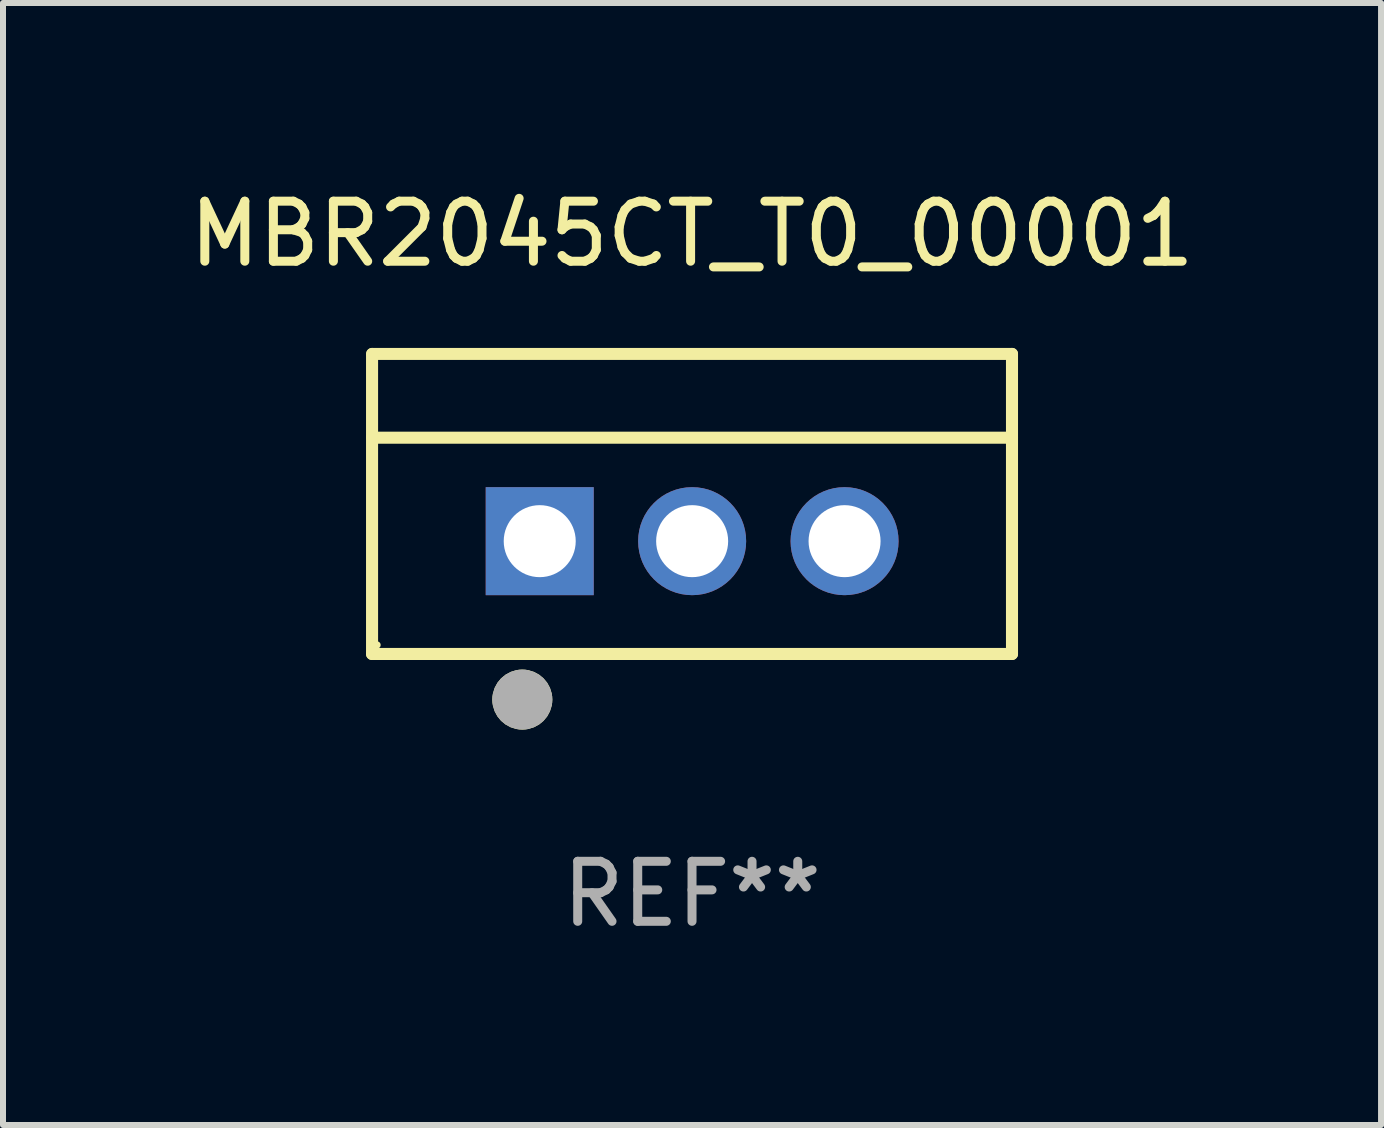
<source format=kicad_pcb>
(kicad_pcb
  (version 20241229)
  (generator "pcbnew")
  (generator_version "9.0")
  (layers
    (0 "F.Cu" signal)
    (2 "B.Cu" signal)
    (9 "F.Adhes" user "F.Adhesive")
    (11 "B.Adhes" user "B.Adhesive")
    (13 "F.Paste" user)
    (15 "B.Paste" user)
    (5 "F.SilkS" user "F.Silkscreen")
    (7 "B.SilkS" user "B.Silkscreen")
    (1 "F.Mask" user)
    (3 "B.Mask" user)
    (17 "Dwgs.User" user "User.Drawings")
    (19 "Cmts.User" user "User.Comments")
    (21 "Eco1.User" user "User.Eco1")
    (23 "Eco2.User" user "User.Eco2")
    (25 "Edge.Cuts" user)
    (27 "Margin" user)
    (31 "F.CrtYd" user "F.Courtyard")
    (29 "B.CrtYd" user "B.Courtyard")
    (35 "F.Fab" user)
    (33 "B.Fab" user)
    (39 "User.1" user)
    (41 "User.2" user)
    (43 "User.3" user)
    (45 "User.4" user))
  (footprint "MBR2045CT_T0_00001"
    (layer "F.Cu")
    (at 8.482 5.348)
    (property "Reference" "MBR2045CT_T0_00001" (at 0 -4.5 0) (layer "F.SilkS") (effects (font (size 1 1) (thickness 0.15))))
    (attr through_hole)
    (fp_line (start -5.332 2.5) (end -5.332 -2.5) (stroke (width 0.201) (type solid)) (layer "F.SilkS"))
    (fp_line (start -5.328 -2.5) (end 5.332 -2.5) (stroke (width 0.201) (type solid)) (layer "F.SilkS"))
    (fp_line (start -5.328 -1.104) (end 5.332 -1.104) (stroke (width 0.201) (type solid)) (layer "F.SilkS"))
    (fp_line (start 5.332 -2.5) (end 5.332 2.5) (stroke (width 0.201) (type solid)) (layer "F.SilkS"))
    (fp_line (start 5.332 2.5) (end -5.332 2.5) (stroke (width 0.201) (type solid)) (layer "F.SilkS"))
    (fp_circle (center -5.248 2.35) (end -5.218 2.35) (stroke (width 0.06) (type solid)) (fill no) (layer "F.SilkS"))
    (fp_circle (center -2.828 3.26) (end -2.578 3.26) (stroke (width 0.5) (type solid)) (fill no) (layer "F.SilkS"))
    (fp_circle (center -2.828 3.26) (end -2.578 3.26) (stroke (width 0.5) (type solid)) (fill no) (layer "F.Fab"))
    (fp_text user "REF**" (at 0 6.5 0) (layer "F.Fab") (effects (font (size 1 1) (thickness 0.15))))
    (pad "1" thru_hole rect (at -2.538 0.62) (size 1.8 1.8) (drill 1.2) (layers "*.Cu" "*.Mask"))
    (pad "2" thru_hole circle (at 0.002 0.62) (size 1.8 1.8) (drill 1.2) (layers "*.Cu" "*.Mask"))
    (pad "3" thru_hole circle (at 2.542 0.62) (size 1.8 1.8) (drill 1.2) (layers "*.Cu" "*.Mask")))
  (gr_rect
    (start -3 -3)
    (end 19.964 15.697)
    (stroke (width 0.1) (type default))
    (fill no)
    (layer "Edge.Cuts")))
</source>
